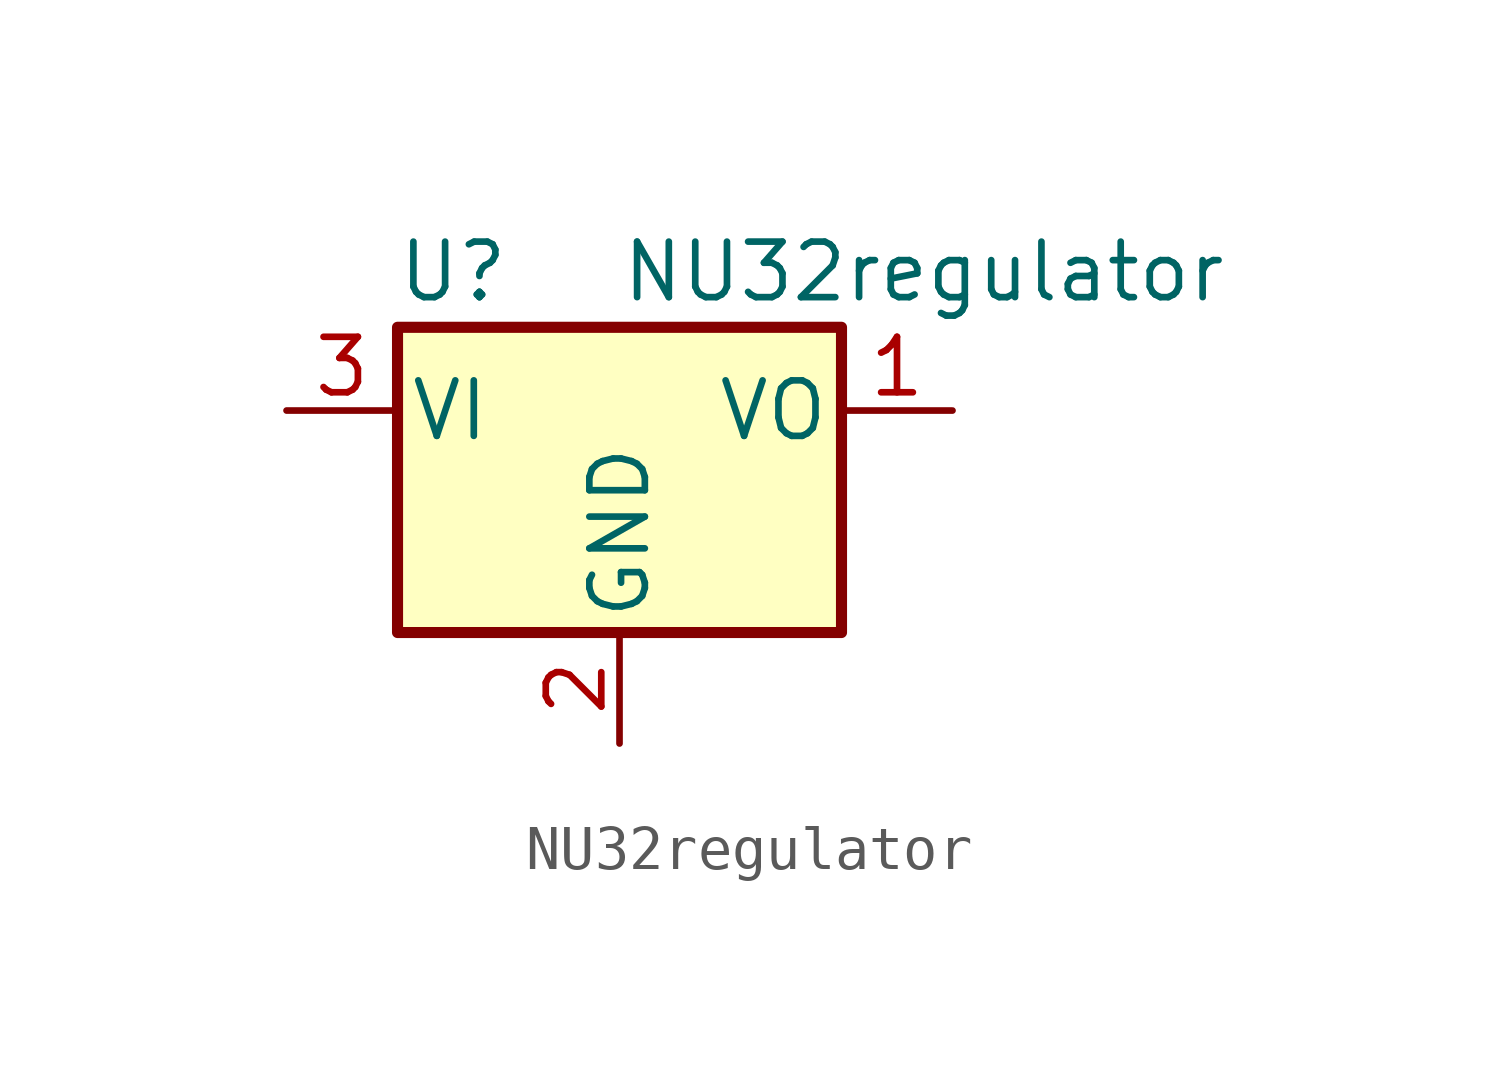
<source format=kicad_sym>
(kicad_symbol_lib
  (version 20220914)
  (generator kicad_symbol_editor)
  (symbol "NU32regulator"
    (pin_names
      (offset 0.254))
    (property "Reference" "U"
      (at -3.81 3.175 0)
      (effects (font (size 1.27 1.27))))
    (property "Value" "NU32regulator"
      (at 0 3.175 0)
      (effects (font (size 1.27 1.27)) (justify left)))
    (symbol "NU32regulator_0_1"
      (rectangle (start -5.08 1.905) (end 5.08 -5.08) (stroke (width 0.254) (type default)) (fill (type background))))
    (symbol "NU32regulator_1_1"
      (pin power_out line (at 7.62 0 180) (length 2.54) (name "VO" (effects (font (size 1.27 1.27)))) (number "1" (effects (font (size 1.27 1.27)))))
      (pin power_in line (at 0 -7.62 90) (length 2.54) (name "GND" (effects (font (size 1.27 1.27)))) (number "2" (effects (font (size 1.27 1.27)))))
      (pin power_in line (at -7.62 0 0) (length 2.54) (name "VI" (effects (font (size 1.27 1.27)))) (number "3" (effects (font (size 1.27 1.27))))))))
</source>
